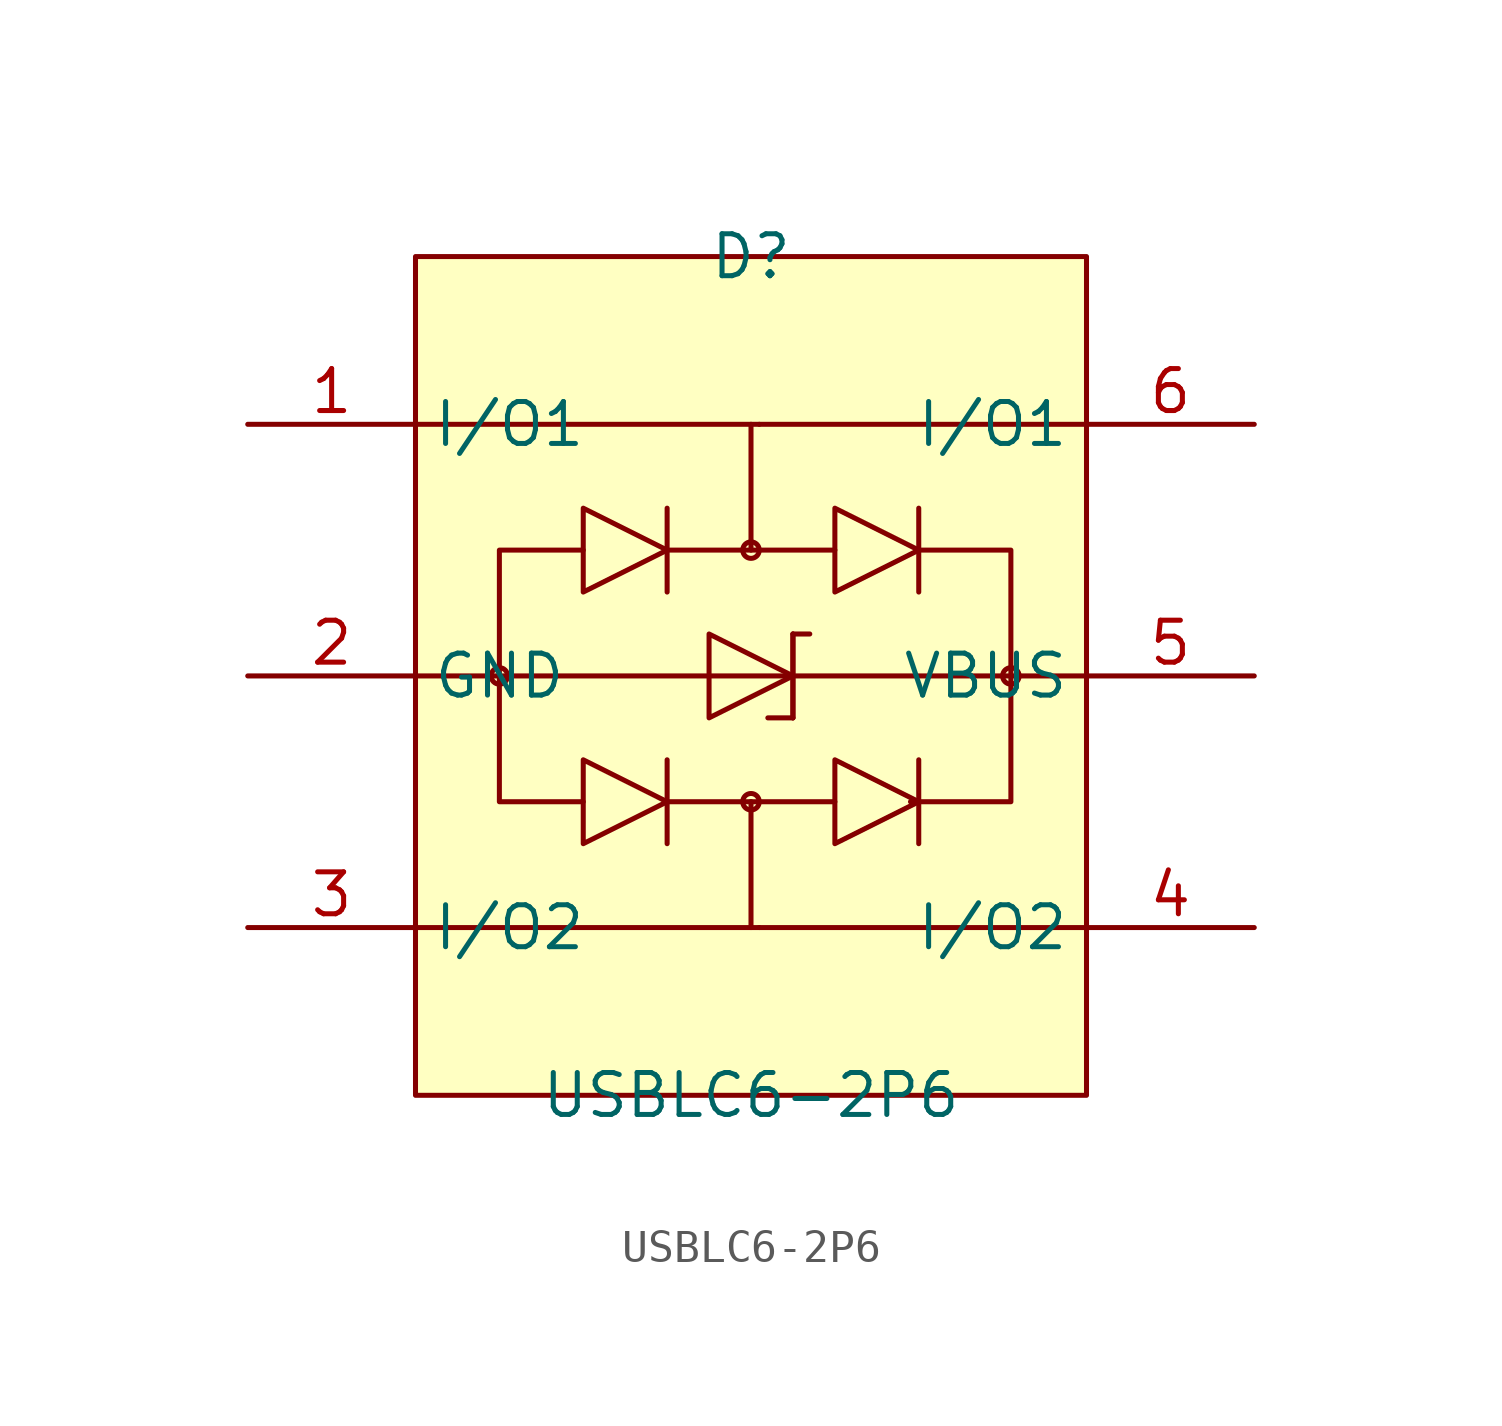
<source format=kicad_sym>
(kicad_symbol_lib
  (version 20211014)
  (generator https://github.com/uPesy/easyeda2kicad.py)
  (symbol "USBLC6-2P6"
    (property "Reference" "D"
      (at 0 12.70 0)
      (effects (font (size 1.27 1.27))))
    (property "Value" "USBLC6-2P6"
      (at 0 -12.70 0)
      (effects (font (size 1.27 1.27))))
    (symbol "USBLC6-2P6_0_1"
      (rectangle (start -10.16 12.70) (end 10.16 -12.70) (stroke (width 0) (type default) (color 0 0 0 0)) (fill (type background)))
      (circle (center 0.00 3.81) (radius 0.25) (stroke (width 0) (type default) (color 0 0 0 0)) (fill (type none)))
      (circle (center 0.00 -3.81) (radius 0.25) (stroke (width 0) (type default) (color 0 0 0 0)) (fill (type none)))
      (circle (center 7.87 -0.00) (radius 0.25) (stroke (width 0) (type default) (color 0 0 0 0)) (fill (type none)))
      (circle (center -7.62 -0.00) (radius 0.25) (stroke (width 0) (type default) (color 0 0 0 0)) (fill (type none)))
      (arc (start 0.25 -7.62) (mid 0.25 -7.61) (end 0.25 -7.62) (stroke (width 0) (type default) (color 0 0 0 0)) (fill (type none)))
      (arc (start 0.25 7.62) (mid 0.25 7.63) (end 0.25 7.62) (stroke (width 0) (type default) (color 0 0 0 0)) (fill (type none)))
      (arc (start 0.00 -3.81) (mid 0.05 -3.56) (end 0.00 -3.81) (stroke (width 0) (type default) (color 0 0 0 0)) (fill (type none)))
      (polyline (pts (xy -10.16 7.62) (xy 10.16 7.62)) (stroke (width 0) (type default) (color 0 0 0 0)) (fill (type none)))
      (polyline (pts (xy -10.16 -7.62) (xy 10.16 -7.62)) (stroke (width 0) (type default) (color 0 0 0 0)) (fill (type none)))
      (polyline (pts (xy -2.54 5.08) (xy -2.54 3.81)) (stroke (width 0) (type default) (color 0 0 0 0)) (fill (type none)))
      (polyline (pts (xy -2.54 3.81) (xy -2.54 2.54)) (stroke (width 0) (type default) (color 0 0 0 0)) (fill (type none)))
      (polyline (pts (xy 5.08 5.08) (xy 5.08 3.81)) (stroke (width 0) (type default) (color 0 0 0 0)) (fill (type none)))
      (polyline (pts (xy 5.08 3.81) (xy 5.08 2.54)) (stroke (width 0) (type default) (color 0 0 0 0)) (fill (type none)))
      (polyline (pts (xy -2.54 -2.54) (xy -2.54 -3.81)) (stroke (width 0) (type default) (color 0 0 0 0)) (fill (type none)))
      (polyline (pts (xy -2.54 -3.81) (xy -2.54 -5.08)) (stroke (width 0) (type default) (color 0 0 0 0)) (fill (type none)))
      (polyline (pts (xy 5.08 -2.54) (xy 5.08 -3.81)) (stroke (width 0) (type default) (color 0 0 0 0)) (fill (type none)))
      (polyline (pts (xy 5.08 -3.81) (xy 5.08 -5.08)) (stroke (width 0) (type default) (color 0 0 0 0)) (fill (type none)))
      (polyline (pts (xy 1.27 1.27) (xy 1.27 -0.00)) (stroke (width 0) (type default) (color 0 0 0 0)) (fill (type none)))
      (polyline (pts (xy 1.27 -0.00) (xy 1.27 -1.27)) (stroke (width 0) (type default) (color 0 0 0 0)) (fill (type none)))
      (polyline (pts (xy 1.78 1.27) (xy 1.27 1.27)) (stroke (width 0) (type default) (color 0 0 0 0)) (fill (type none)))
      (polyline (pts (xy 1.27 1.27) (xy 1.27 -0.00)) (stroke (width 0) (type default) (color 0 0 0 0)) (fill (type none)))
      (polyline (pts (xy 1.27 -0.00) (xy 1.27 -1.27)) (stroke (width 0) (type default) (color 0 0 0 0)) (fill (type none)))
      (polyline (pts (xy 1.27 -1.27) (xy 0.51 -1.27)) (stroke (width 0) (type default) (color 0 0 0 0)) (fill (type none)))
      (polyline (pts (xy 0.00 7.62) (xy 0.00 3.81)) (stroke (width 0) (type default) (color 0 0 0 0)) (fill (type none)))
      (polyline (pts (xy -2.54 3.81) (xy 2.54 3.81)) (stroke (width 0) (type default) (color 0 0 0 0)) (fill (type none)))
      (polyline (pts (xy -5.08 3.81) (xy -7.62 3.81) (xy -7.62 -3.81) (xy -5.08 -3.81)) (stroke (width 0) (type default) (color 0 0 0 0)) (fill (type none)))
      (polyline (pts (xy -10.16 -0.00) (xy -7.62 -0.00)) (stroke (width 0) (type default) (color 0 0 0 0)) (fill (type none)))
      (polyline (pts (xy -2.54 -3.81) (xy 2.54 -3.81)) (stroke (width 0) (type default) (color 0 0 0 0)) (fill (type none)))
      (polyline (pts (xy 4.83 -3.81) (xy 7.87 -3.81) (xy 7.87 3.81) (xy 5.08 3.81)) (stroke (width 0) (type default) (color 0 0 0 0)) (fill (type none)))
      (polyline (pts (xy 7.87 -0.00) (xy 10.16 -0.00)) (stroke (width 0) (type default) (color 0 0 0 0)) (fill (type none)))
      (polyline (pts (xy 0.00 -7.62) (xy 0.00 -3.81)) (stroke (width 0) (type default) (color 0 0 0 0)) (fill (type none)))
      (polyline (pts (xy -7.62 -0.00) (xy 7.87 -0.00)) (stroke (width 0) (type default) (color 0 0 0 0)) (fill (type none)))
      (polyline (pts (xy -5.08 2.54) (xy -2.54 3.81) (xy -5.08 5.08) (xy -5.08 2.54)) (stroke (width 0) (type default) (color 0 0 0 0)) (fill (type background)))
      (polyline (pts (xy 2.54 2.54) (xy 5.08 3.81) (xy 2.54 5.08) (xy 2.54 2.54)) (stroke (width 0) (type default) (color 0 0 0 0)) (fill (type background)))
      (polyline (pts (xy -5.08 -5.08) (xy -2.54 -3.81) (xy -5.08 -2.54) (xy -5.08 -5.08)) (stroke (width 0) (type default) (color 0 0 0 0)) (fill (type background)))
      (polyline (pts (xy 2.54 -5.08) (xy 5.08 -3.81) (xy 2.54 -2.54) (xy 2.54 -5.08)) (stroke (width 0) (type default) (color 0 0 0 0)) (fill (type background)))
      (polyline (pts (xy -1.27 -1.27) (xy 1.27 -0.00) (xy -1.27 1.27) (xy -1.27 -1.27)) (stroke (width 0) (type default) (color 0 0 0 0)) (fill (type background)))
      (pin input line (at -15.24 7.62 0) (length 5.08) (name "I/O1" (effects (font (size 1.27 1.27)))) (number "1" (effects (font (size 1.27 1.27)))))
      (pin input line (at -15.24 -0.00 0) (length 5.08) (name "GND" (effects (font (size 1.27 1.27)))) (number "2" (effects (font (size 1.27 1.27)))))
      (pin input line (at -15.24 -7.62 0) (length 5.08) (name "I/O2" (effects (font (size 1.27 1.27)))) (number "3" (effects (font (size 1.27 1.27)))))
      (pin input line (at 15.24 -7.62 180) (length 5.08) (name "I/O2" (effects (font (size 1.27 1.27)))) (number "4" (effects (font (size 1.27 1.27)))))
      (pin input line (at 15.24 -0.00 180) (length 5.08) (name "VBUS" (effects (font (size 1.27 1.27)))) (number "5" (effects (font (size 1.27 1.27)))))
      (pin input line (at 15.24 7.62 180) (length 5.08) (name "I/O1" (effects (font (size 1.27 1.27)))) (number "6" (effects (font (size 1.27 1.27))))))))
</source>
